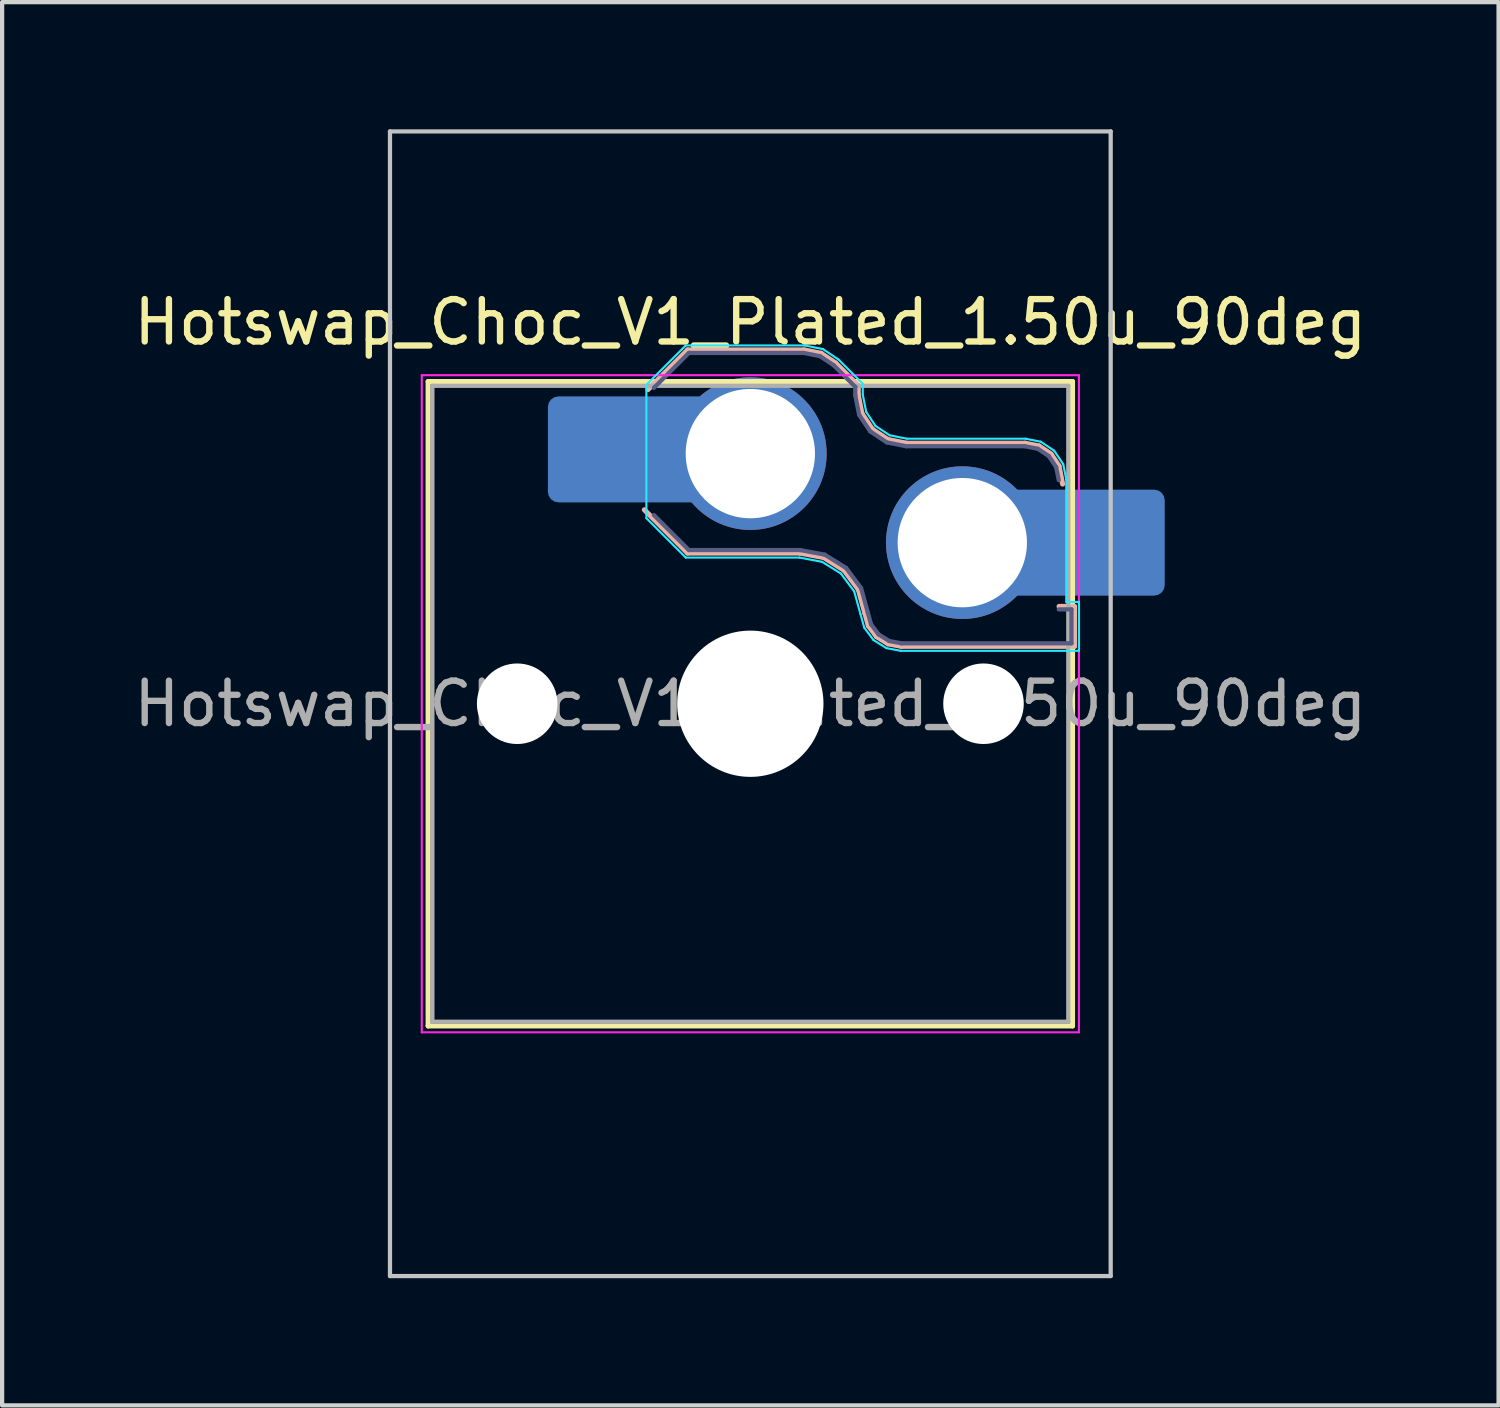
<source format=kicad_pcb>
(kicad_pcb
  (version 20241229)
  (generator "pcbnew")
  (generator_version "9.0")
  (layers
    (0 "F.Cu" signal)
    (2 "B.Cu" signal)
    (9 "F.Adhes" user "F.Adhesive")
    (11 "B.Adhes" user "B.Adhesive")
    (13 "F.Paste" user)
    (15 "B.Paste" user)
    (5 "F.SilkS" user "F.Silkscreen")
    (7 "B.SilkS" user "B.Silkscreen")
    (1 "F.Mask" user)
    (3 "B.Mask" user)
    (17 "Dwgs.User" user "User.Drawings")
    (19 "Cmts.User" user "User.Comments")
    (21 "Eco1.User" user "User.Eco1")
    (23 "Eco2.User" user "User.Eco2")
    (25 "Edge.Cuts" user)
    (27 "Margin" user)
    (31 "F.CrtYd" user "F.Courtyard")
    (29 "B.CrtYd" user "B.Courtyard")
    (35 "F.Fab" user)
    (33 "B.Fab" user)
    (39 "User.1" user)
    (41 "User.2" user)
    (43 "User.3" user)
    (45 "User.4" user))
  (footprint "Hotswap_Choc_V1_Plated_1.50u_90deg"
    (layer "F.Cu")
    (at 14.649 13.55)
    (property "Reference" "Hotswap_Choc_V1_Plated_1.50u_90deg" (at 0 -9 0) (layer "F.SilkS") (effects (font (size 1 1) (thickness 0.15))))
    (attr smd allow_soldermask_bridges)
    (fp_line (start -7.6 -7.6) (end -7.6 7.6) (stroke (width 0.12) (type solid)) (layer "F.SilkS"))
    (fp_line (start -7.6 7.6) (end 7.6 7.6) (stroke (width 0.12) (type solid)) (layer "F.SilkS"))
    (fp_line (start 7.6 -7.6) (end -7.6 -7.6) (stroke (width 0.12) (type solid)) (layer "F.SilkS"))
    (fp_line (start 7.6 7.6) (end 7.6 -7.6) (stroke (width 0.12) (type solid)) (layer "F.SilkS"))
    (fp_line (start -2.416 -7.409) (end -1.479 -8.346) (stroke (width 0.12) (type solid)) (layer "B.SilkS"))
    (fp_line (start -1.479 -8.346) (end 1.268 -8.346) (stroke (width 0.12) (type solid)) (layer "B.SilkS"))
    (fp_line (start -1.479 -3.554) (end -2.5 -4.575) (stroke (width 0.12) (type solid)) (layer "B.SilkS"))
    (fp_line (start 1.168 -3.554) (end -1.479 -3.554) (stroke (width 0.12) (type solid)) (layer "B.SilkS"))
    (fp_line (start 1.268 -8.346) (end 1.671 -8.266) (stroke (width 0.12) (type solid)) (layer "B.SilkS"))
    (fp_line (start 1.671 -8.266) (end 2.013 -8.037) (stroke (width 0.12) (type solid)) (layer "B.SilkS"))
    (fp_line (start 1.73 -3.449) (end 1.168 -3.554) (stroke (width 0.12) (type solid)) (layer "B.SilkS"))
    (fp_line (start 2.013 -8.037) (end 2.546 -7.504) (stroke (width 0.12) (type solid)) (layer "B.SilkS"))
    (fp_line (start 2.209 -3.15) (end 1.73 -3.449) (stroke (width 0.12) (type solid)) (layer "B.SilkS"))
    (fp_line (start 2.546 -7.504) (end 2.546 -7.282) (stroke (width 0.12) (type solid)) (layer "B.SilkS"))
    (fp_line (start 2.546 -7.282) (end 2.633 -6.844) (stroke (width 0.12) (type solid)) (layer "B.SilkS"))
    (fp_line (start 2.547 -2.697) (end 2.209 -3.15) (stroke (width 0.12) (type solid)) (layer "B.SilkS"))
    (fp_line (start 2.633 -6.844) (end 2.877 -6.477) (stroke (width 0.12) (type solid)) (layer "B.SilkS"))
    (fp_line (start 2.701 -2.139) (end 2.547 -2.697) (stroke (width 0.12) (type solid)) (layer "B.SilkS"))
    (fp_line (start 2.783 -1.841) (end 2.701 -2.139) (stroke (width 0.12) (type solid)) (layer "B.SilkS"))
    (fp_line (start 2.877 -6.477) (end 3.244 -6.233) (stroke (width 0.12) (type solid)) (layer "B.SilkS"))
    (fp_line (start 2.976 -1.583) (end 2.783 -1.841) (stroke (width 0.12) (type solid)) (layer "B.SilkS"))
    (fp_line (start 3.244 -6.233) (end 3.682 -6.146) (stroke (width 0.12) (type solid)) (layer "B.SilkS"))
    (fp_line (start 3.25 -1.413) (end 2.976 -1.583) (stroke (width 0.12) (type solid)) (layer "B.SilkS"))
    (fp_line (start 3.56 -1.354) (end 3.25 -1.413) (stroke (width 0.12) (type solid)) (layer "B.SilkS"))
    (fp_line (start 3.682 -6.146) (end 6.482 -6.146) (stroke (width 0.12) (type solid)) (layer "B.SilkS"))
    (fp_line (start 6.482 -6.146) (end 6.809 -6.081) (stroke (width 0.12) (type solid)) (layer "B.SilkS"))
    (fp_line (start 6.809 -6.081) (end 7.092 -5.892) (stroke (width 0.12) (type solid)) (layer "B.SilkS"))
    (fp_line (start 7.092 -5.892) (end 7.281 -5.609) (stroke (width 0.12) (type solid)) (layer "B.SilkS"))
    (fp_line (start 7.281 -5.609) (end 7.366 -5.182) (stroke (width 0.12) (type solid)) (layer "B.SilkS"))
    (fp_line (start 7.283 -2.296) (end 7.646 -2.296) (stroke (width 0.12) (type solid)) (layer "B.SilkS"))
    (fp_line (start 7.646 -2.296) (end 7.646 -1.354) (stroke (width 0.12) (type solid)) (layer "B.SilkS"))
    (fp_line (start 7.646 -1.354) (end 3.56 -1.354) (stroke (width 0.12) (type solid)) (layer "B.SilkS"))
    (fp_line (start -8.5 -13.5) (end 8.5 -13.5) (stroke (width 0.1) (type solid)) (layer "Dwgs.User"))
    (fp_line (start -8.5 13.5) (end -8.5 -13.5) (stroke (width 0.1) (type solid)) (layer "Dwgs.User"))
    (fp_line (start 8.5 -13.5) (end 8.5 13.5) (stroke (width 0.1) (type solid)) (layer "Dwgs.User"))
    (fp_line (start 8.5 13.5) (end -8.5 13.5) (stroke (width 0.1) (type solid)) (layer "Dwgs.User"))
    (fp_line (start -7.25 -7.25) (end -7.25 7.25) (stroke (width 0.1) (type solid)) (layer "Eco1.User"))
    (fp_line (start -7.25 7.25) (end 7.25 7.25) (stroke (width 0.1) (type solid)) (layer "Eco1.User"))
    (fp_line (start 7.25 -7.25) (end -7.25 -7.25) (stroke (width 0.1) (type solid)) (layer "Eco1.User"))
    (fp_line (start 7.25 7.25) (end 7.25 -7.25) (stroke (width 0.1) (type solid)) (layer "Eco1.User"))
    (fp_line (start -2.452 -7.523) (end -1.523 -8.452) (stroke (width 0.05) (type solid)) (layer "B.CrtYd"))
    (fp_line (start -2.452 -4.377) (end -2.452 -7.523) (stroke (width 0.05) (type solid)) (layer "B.CrtYd"))
    (fp_line (start -1.523 -8.452) (end 1.278 -8.452) (stroke (width 0.05) (type solid)) (layer "B.CrtYd"))
    (fp_line (start -1.523 -3.448) (end -2.452 -4.377) (stroke (width 0.05) (type solid)) (layer "B.CrtYd"))
    (fp_line (start 1.159 -3.448) (end -1.523 -3.448) (stroke (width 0.05) (type solid)) (layer "B.CrtYd"))
    (fp_line (start 1.278 -8.452) (end 1.712 -8.366) (stroke (width 0.05) (type solid)) (layer "B.CrtYd"))
    (fp_line (start 1.691 -3.348) (end 1.159 -3.448) (stroke (width 0.05) (type solid)) (layer "B.CrtYd"))
    (fp_line (start 1.712 -8.366) (end 2.081 -8.119) (stroke (width 0.05) (type solid)) (layer "B.CrtYd"))
    (fp_line (start 2.081 -8.119) (end 2.652 -7.548) (stroke (width 0.05) (type solid)) (layer "B.CrtYd"))
    (fp_line (start 2.136 -3.071) (end 1.691 -3.348) (stroke (width 0.05) (type solid)) (layer "B.CrtYd"))
    (fp_line (start 2.45 -2.65) (end 2.136 -3.071) (stroke (width 0.05) (type solid)) (layer "B.CrtYd"))
    (fp_line (start 2.599 -2.111) (end 2.45 -2.65) (stroke (width 0.05) (type solid)) (layer "B.CrtYd"))
    (fp_line (start 2.652 -7.548) (end 2.652 -7.292) (stroke (width 0.05) (type solid)) (layer "B.CrtYd"))
    (fp_line (start 2.652 -7.292) (end 2.733 -6.885) (stroke (width 0.05) (type solid)) (layer "B.CrtYd"))
    (fp_line (start 2.687 -1.794) (end 2.599 -2.111) (stroke (width 0.05) (type solid)) (layer "B.CrtYd"))
    (fp_line (start 2.733 -6.885) (end 2.953 -6.553) (stroke (width 0.05) (type solid)) (layer "B.CrtYd"))
    (fp_line (start 2.903 -1.503) (end 2.687 -1.794) (stroke (width 0.05) (type solid)) (layer "B.CrtYd"))
    (fp_line (start 2.953 -6.553) (end 3.285 -6.333) (stroke (width 0.05) (type solid)) (layer "B.CrtYd"))
    (fp_line (start 3.211 -1.312) (end 2.903 -1.503) (stroke (width 0.05) (type solid)) (layer "B.CrtYd"))
    (fp_line (start 3.285 -6.333) (end 3.692 -6.252) (stroke (width 0.05) (type solid)) (layer "B.CrtYd"))
    (fp_line (start 3.55 -1.248) (end 3.211 -1.312) (stroke (width 0.05) (type solid)) (layer "B.CrtYd"))
    (fp_line (start 3.692 -6.252) (end 6.492 -6.252) (stroke (width 0.05) (type solid)) (layer "B.CrtYd"))
    (fp_line (start 6.492 -6.252) (end 6.85 -6.181) (stroke (width 0.05) (type solid)) (layer "B.CrtYd"))
    (fp_line (start 6.85 -6.181) (end 7.168 -5.968) (stroke (width 0.05) (type solid)) (layer "B.CrtYd"))
    (fp_line (start 7.168 -5.968) (end 7.381 -5.65) (stroke (width 0.05) (type solid)) (layer "B.CrtYd"))
    (fp_line (start 7.381 -5.65) (end 7.452 -5.292) (stroke (width 0.05) (type solid)) (layer "B.CrtYd"))
    (fp_line (start 7.452 -5.292) (end 7.452 -2.402) (stroke (width 0.05) (type solid)) (layer "B.CrtYd"))
    (fp_line (start 7.452 -2.402) (end 7.752 -2.402) (stroke (width 0.05) (type solid)) (layer "B.CrtYd"))
    (fp_line (start 7.752 -2.402) (end 7.752 -1.248) (stroke (width 0.05) (type solid)) (layer "B.CrtYd"))
    (fp_line (start 7.752 -1.248) (end 3.55 -1.248) (stroke (width 0.05) (type solid)) (layer "B.CrtYd"))
    (fp_line (start -7.75 -7.75) (end -7.75 7.75) (stroke (width 0.05) (type solid)) (layer "F.CrtYd"))
    (fp_line (start -7.75 7.75) (end 7.75 7.75) (stroke (width 0.05) (type solid)) (layer "F.CrtYd"))
    (fp_line (start 7.75 -7.75) (end -7.75 -7.75) (stroke (width 0.05) (type solid)) (layer "F.CrtYd"))
    (fp_line (start 7.75 7.75) (end 7.75 -7.75) (stroke (width 0.05) (type solid)) (layer "F.CrtYd"))
    (fp_line (start -2.275 -7.45) (end -1.45 -8.275) (stroke (width 0.1) (type solid)) (layer "B.Fab"))
    (fp_line (start -1.45 -8.275) (end 1.261 -8.275) (stroke (width 0.1) (type solid)) (layer "B.Fab"))
    (fp_line (start -1.45 -3.625) (end -2.275 -4.45) (stroke (width 0.1) (type solid)) (layer "B.Fab"))
    (fp_line (start 1.175 -3.625) (end -1.45 -3.625) (stroke (width 0.1) (type solid)) (layer "B.Fab"))
    (fp_line (start 1.261 -8.275) (end 1.643 -8.199) (stroke (width 0.1) (type solid)) (layer "B.Fab"))
    (fp_line (start 1.643 -8.199) (end 1.968 -7.982) (stroke (width 0.1) (type solid)) (layer "B.Fab"))
    (fp_line (start 1.756 -3.516) (end 1.175 -3.625) (stroke (width 0.1) (type solid)) (layer "B.Fab"))
    (fp_line (start 1.968 -7.982) (end 2.475 -7.475) (stroke (width 0.1) (type solid)) (layer "B.Fab"))
    (fp_line (start 2.258 -3.203) (end 1.756 -3.516) (stroke (width 0.1) (type solid)) (layer "B.Fab"))
    (fp_line (start 2.475 -7.475) (end 2.475 -7.275) (stroke (width 0.1) (type solid)) (layer "B.Fab"))
    (fp_line (start 2.475 -7.275) (end 2.566 -6.816) (stroke (width 0.1) (type solid)) (layer "B.Fab"))
    (fp_line (start 2.566 -6.816) (end 2.826 -6.426) (stroke (width 0.1) (type solid)) (layer "B.Fab"))
    (fp_line (start 2.612 -2.729) (end 2.258 -3.203) (stroke (width 0.1) (type solid)) (layer "B.Fab"))
    (fp_line (start 2.769 -2.158) (end 2.612 -2.729) (stroke (width 0.1) (type solid)) (layer "B.Fab"))
    (fp_line (start 2.826 -6.426) (end 3.216 -6.166) (stroke (width 0.1) (type solid)) (layer "B.Fab"))
    (fp_line (start 2.848 -1.873) (end 2.769 -2.158) (stroke (width 0.1) (type solid)) (layer "B.Fab"))
    (fp_line (start 3.025 -1.636) (end 2.848 -1.873) (stroke (width 0.1) (type solid)) (layer "B.Fab"))
    (fp_line (start 3.216 -6.166) (end 3.675 -6.075) (stroke (width 0.1) (type solid)) (layer "B.Fab"))
    (fp_line (start 3.276 -1.48) (end 3.025 -1.636) (stroke (width 0.1) (type solid)) (layer "B.Fab"))
    (fp_line (start 3.567 -1.425) (end 3.276 -1.48) (stroke (width 0.1) (type solid)) (layer "B.Fab"))
    (fp_line (start 3.675 -6.075) (end 6.475 -6.075) (stroke (width 0.1) (type solid)) (layer "B.Fab"))
    (fp_line (start 6.475 -6.075) (end 6.781 -6.014) (stroke (width 0.1) (type solid)) (layer "B.Fab"))
    (fp_line (start 6.781 -6.014) (end 7.041 -5.841) (stroke (width 0.1) (type solid)) (layer "B.Fab"))
    (fp_line (start 7.041 -5.841) (end 7.214 -5.581) (stroke (width 0.1) (type solid)) (layer "B.Fab"))
    (fp_line (start 7.214 -5.581) (end 7.275 -5.275) (stroke (width 0.1) (type solid)) (layer "B.Fab"))
    (fp_line (start 7.275 -2.225) (end 7.575 -2.225) (stroke (width 0.1) (type solid)) (layer "B.Fab"))
    (fp_line (start 7.575 -2.225) (end 7.575 -1.425) (stroke (width 0.1) (type solid)) (layer "B.Fab"))
    (fp_line (start 7.575 -1.425) (end 3.567 -1.425) (stroke (width 0.1) (type solid)) (layer "B.Fab"))
    (fp_line (start -7.5 -7.5) (end -7.5 7.5) (stroke (width 0.1) (type solid)) (layer "F.Fab"))
    (fp_line (start -7.5 7.5) (end 7.5 7.5) (stroke (width 0.1) (type solid)) (layer "F.Fab"))
    (fp_line (start 7.5 -7.5) (end -7.5 -7.5) (stroke (width 0.1) (type solid)) (layer "F.Fab"))
    (fp_line (start 7.5 7.5) (end 7.5 -7.5) (stroke (width 0.1) (type solid)) (layer "F.Fab"))
    (fp_text user "${REFERENCE}" (at 0 0 0) (layer "F.Fab") (effects (font (size 1 1) (thickness 0.15))))
    (pad "" np_thru_hole circle (at -5.5 0) (size 1.9 1.9) (drill 1.9) (layers "*.Cu" "*.Mask"))
    (pad "" smd roundrect (at -3.5 -6) (size 2.55 2.5) (layers "B.Mask" "B.Paste") (roundrect_rratio 0.1))
    (pad "" np_thru_hole circle (at 0 0) (size 3.45 3.45) (drill 3.45) (layers "*.Cu" "*.Mask"))
    (pad "" np_thru_hole circle (at 5.5 0) (size 1.9 1.9) (drill 1.9) (layers "*.Cu" "*.Mask"))
    (pad "" smd roundrect (at 8.5 -3.8) (size 2.55 2.5) (layers "B.Mask" "B.Paste") (roundrect_rratio 0.1))
    (pad "1" smd roundrect (at -2.85 -6) (size 3.85 2.5) (layers "B.Cu") (roundrect_rratio 0.1))
    (pad "1" thru_hole circle (at 0 -5.9) (size 3.6 3.6) (drill 3.05) (layers "*.Cu" "*.Mask"))
    (pad "2" thru_hole circle (at 5 -3.8) (size 3.6 3.6) (drill 3.05) (layers "*.Cu" "*.Mask"))
    (pad "2" smd roundrect (at 7.85 -3.8) (size 3.85 2.5) (layers "B.Cu") (roundrect_rratio 0.1)))
  (gr_rect
    (start -3 -3)
    (end 32.298 30.1)
    (stroke (width 0.1) (type default))
    (fill no)
    (layer "Edge.Cuts")))
</source>
